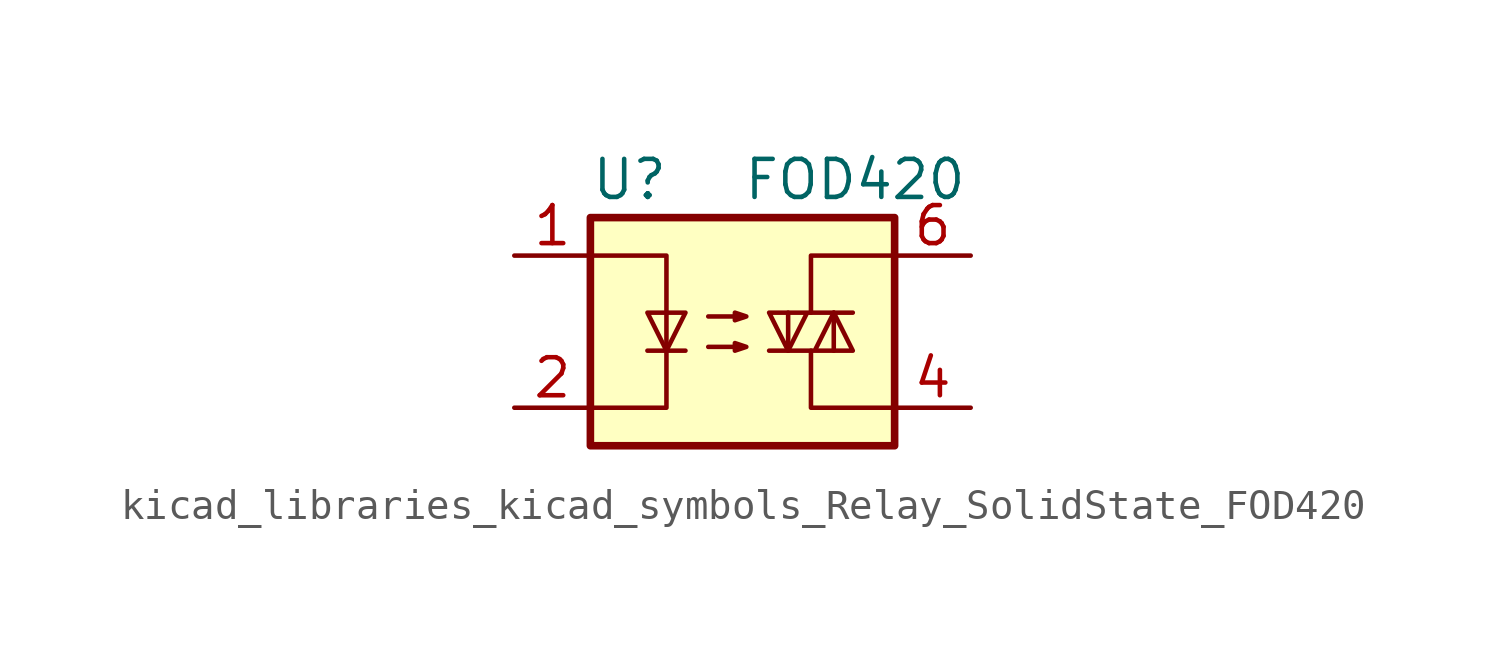
<source format=kicad_sym>
(kicad_symbol_lib
  (version 20220914)
  (generator kicad_symbol_editor)
  (symbol "kicad_libraries_kicad_symbols_Relay_SolidState_FOD420"
    (property "Reference" "U"
      (at -5.08 5.08 0)
      (effects (font (size 1.27 1.27)) (justify left)))
    (property "Value" "FOD420"
      (at 0 5.08 0)
      (effects (font (size 1.27 1.27)) (justify left)))
    (symbol "kicad_libraries_kicad_symbols_Relay_SolidState_FOD420_0_1"
      (rectangle (start -5.08 3.81) (end 5.08 -3.81) (stroke (width 0.254) (type default)) (fill (type background)))
      (polyline (pts (xy -3.175 -0.635) (xy -1.905 -0.635)) (stroke (width 0) (type default)) (fill (type none)))
      (polyline (pts (xy 1.524 -0.635) (xy 1.524 0.635)) (stroke (width 0) (type default)) (fill (type none)))
      (polyline (pts (xy 3.048 0.635) (xy 3.048 -0.635)) (stroke (width 0) (type default)) (fill (type none)))
      (polyline (pts (xy 2.286 -0.635) (xy 2.286 -2.54) (xy 5.08 -2.54)) (stroke (width 0) (type default)) (fill (type none)))
      (polyline (pts (xy 2.286 0.635) (xy 2.286 2.54) (xy 5.08 2.54)) (stroke (width 0) (type default)) (fill (type none)))
      (polyline (pts (xy -5.08 2.54) (xy -2.54 2.54) (xy -2.54 -2.54) (xy -5.08 -2.54)) (stroke (width 0) (type default)) (fill (type none)))
      (polyline (pts (xy -2.54 -0.635) (xy -3.175 0.635) (xy -1.905 0.635) (xy -2.54 -0.635)) (stroke (width 0) (type default)) (fill (type none)))
      (polyline (pts (xy 0.889 -0.635) (xy 3.683 -0.635) (xy 3.048 0.635) (xy 2.413 -0.635)) (stroke (width 0) (type default)) (fill (type none)))
      (polyline (pts (xy 3.683 0.635) (xy 0.889 0.635) (xy 1.524 -0.635) (xy 2.159 0.635)) (stroke (width 0) (type default)) (fill (type none)))
      (polyline (pts (xy -1.143 -0.508) (xy 0.127 -0.508) (xy -0.254 -0.635) (xy -0.254 -0.381) (xy 0.127 -0.508)) (stroke (width 0) (type default)) (fill (type none)))
      (polyline (pts (xy -1.143 0.508) (xy 0.127 0.508) (xy -0.254 0.381) (xy -0.254 0.635) (xy 0.127 0.508)) (stroke (width 0) (type default)) (fill (type none))))
    (symbol "kicad_libraries_kicad_symbols_Relay_SolidState_FOD420_1_1"
      (pin passive line (at -7.62 2.54 0) (length 2.54) (name "~" (effects (font (size 1.27 1.27)))) (number "1" (effects (font (size 1.27 1.27)))))
      (pin passive line (at -7.62 -2.54 0) (length 2.54) (name "~" (effects (font (size 1.27 1.27)))) (number "2" (effects (font (size 1.27 1.27)))))
      (pin no_connect line (at -5.08 0 0) (length 2.54) hide (name "NC" (effects (font (size 1.27 1.27)))) (number "3" (effects (font (size 1.27 1.27)))))
      (pin passive line (at 7.62 -2.54 180) (length 2.54) (name "~" (effects (font (size 1.27 1.27)))) (number "4" (effects (font (size 1.27 1.27)))))
      (pin no_connect line (at 5.08 0 180) (length 2.54) hide (name "NC" (effects (font (size 1.27 1.27)))) (number "5" (effects (font (size 1.27 1.27)))))
      (pin passive line (at 7.62 2.54 180) (length 2.54) (name "~" (effects (font (size 1.27 1.27)))) (number "6" (effects (font (size 1.27 1.27))))))))
</source>
